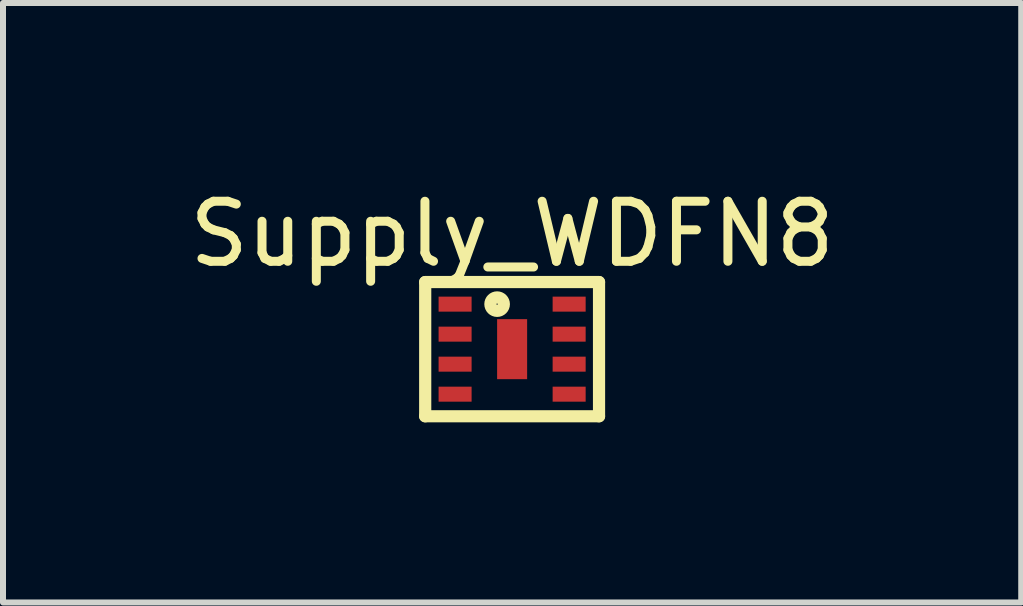
<source format=kicad_pcb>
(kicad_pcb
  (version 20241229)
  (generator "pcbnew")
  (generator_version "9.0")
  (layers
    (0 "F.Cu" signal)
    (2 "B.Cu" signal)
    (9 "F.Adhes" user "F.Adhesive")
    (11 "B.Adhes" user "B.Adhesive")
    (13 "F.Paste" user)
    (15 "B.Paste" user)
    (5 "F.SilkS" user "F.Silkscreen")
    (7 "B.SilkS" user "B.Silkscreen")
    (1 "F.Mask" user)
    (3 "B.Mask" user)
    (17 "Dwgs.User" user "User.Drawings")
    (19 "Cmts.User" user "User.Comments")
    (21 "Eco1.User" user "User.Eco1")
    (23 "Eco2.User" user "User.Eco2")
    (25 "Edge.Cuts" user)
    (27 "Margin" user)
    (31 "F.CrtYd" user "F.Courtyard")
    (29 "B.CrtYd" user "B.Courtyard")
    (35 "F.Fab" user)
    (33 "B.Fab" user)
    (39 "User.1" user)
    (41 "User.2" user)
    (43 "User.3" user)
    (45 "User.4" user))
  (footprint "Supply_WDFN8"
    (layer "F.Cu")
    (at 5.482 2.767)
    (property "Reference" "Supply_WDFN8" (at 0 -1.919 0) (layer "F.SilkS") (effects (font (size 1 1) (thickness 0.15))))
    (fp_line (start -1.448 -1.118) (end 1.448 -1.118) (stroke (width 0.203) (type solid)) (layer "F.SilkS"))
    (fp_line (start -1.448 1.118) (end -1.448 -1.118) (stroke (width 0.203) (type solid)) (layer "F.SilkS"))
    (fp_line (start -1.448 1.118) (end 1.448 1.118) (stroke (width 0.203) (type solid)) (layer "F.SilkS"))
    (fp_line (start 1.448 1.118) (end 1.448 -1.118) (stroke (width 0.203) (type solid)) (layer "F.SilkS"))
    (fp_circle (center -0.25 -0.75) (end -0.25 -0.862) (stroke (width 0.203) (type solid)) (fill no) (layer "F.SilkS"))
    (pad "1" smd rect (at -0.95 -0.75 270) (size 0.25 0.55) (layers "F.Cu" "F.Mask" "F.Paste"))
    (pad "2" smd rect (at -0.95 -0.25 90) (size 0.25 0.55) (layers "F.Cu" "F.Mask" "F.Paste"))
    (pad "3" smd rect (at -0.95 0.25 90) (size 0.25 0.55) (layers "F.Cu" "F.Mask" "F.Paste"))
    (pad "4" smd rect (at -0.95 0.75 90) (size 0.25 0.55) (layers "F.Cu" "F.Mask" "F.Paste"))
    (pad "5" smd rect (at 0.95 0.75 90) (size 0.25 0.55) (layers "F.Cu" "F.Mask" "F.Paste"))
    (pad "6" smd rect (at 0.95 0.25 90) (size 0.25 0.55) (layers "F.Cu" "F.Mask" "F.Paste"))
    (pad "7" smd rect (at 0.95 -0.25 90) (size 0.25 0.55) (layers "F.Cu" "F.Mask" "F.Paste"))
    (pad "8" smd rect (at 0.95 -0.75 90) (size 0.25 0.55) (layers "F.Cu" "F.Mask" "F.Paste"))
    (pad "9" smd rect (at 0 0 90) (size 1 0.5) (layers "F.Cu" "F.Mask" "F.Paste")))
  (gr_rect
    (start -3 -3)
    (end 13.964 6.987)
    (stroke (width 0.1) (type default))
    (fill no)
    (layer "Edge.Cuts")))
</source>
